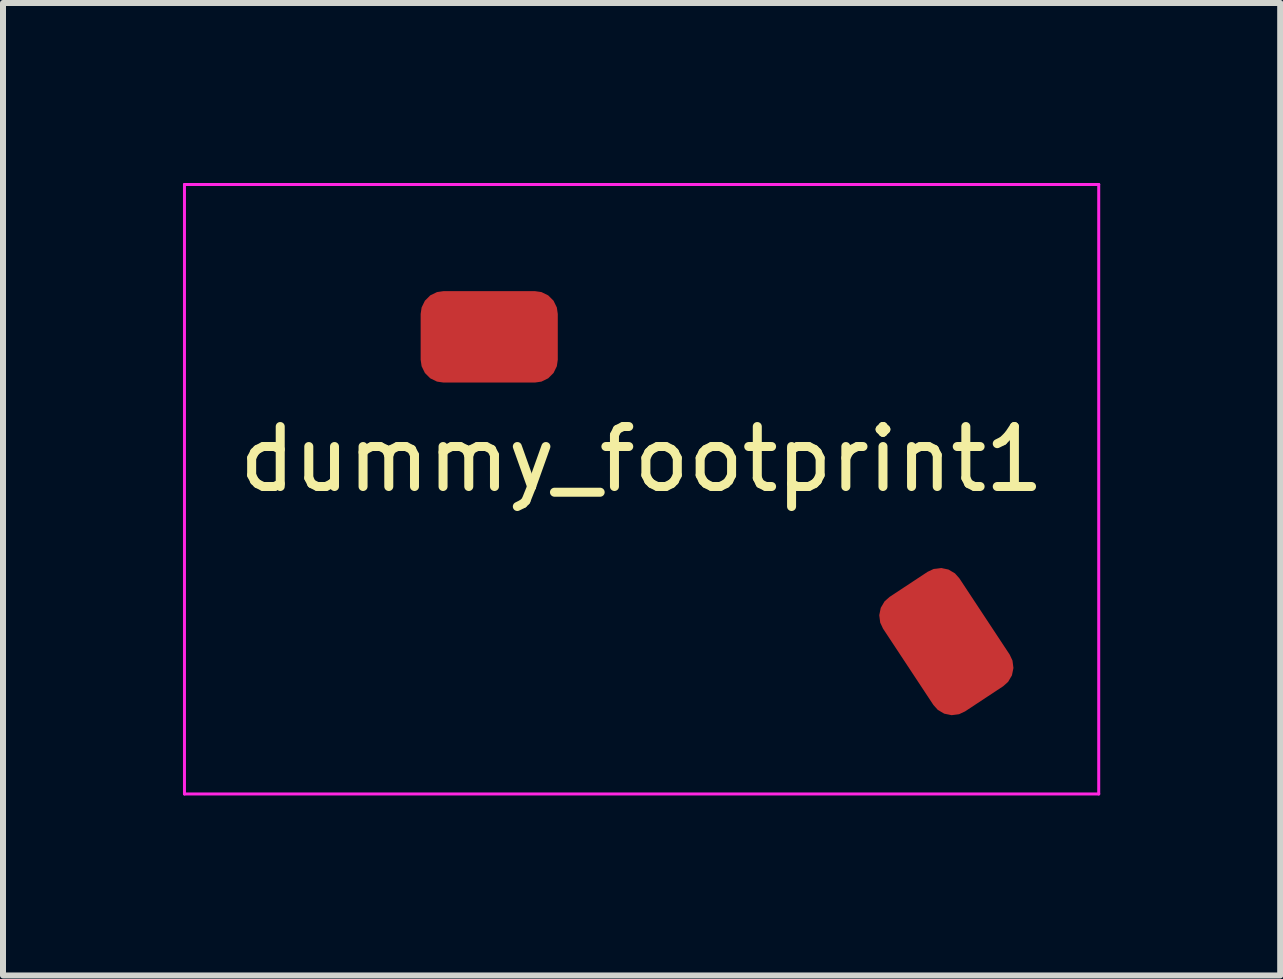
<source format=kicad_pcb>
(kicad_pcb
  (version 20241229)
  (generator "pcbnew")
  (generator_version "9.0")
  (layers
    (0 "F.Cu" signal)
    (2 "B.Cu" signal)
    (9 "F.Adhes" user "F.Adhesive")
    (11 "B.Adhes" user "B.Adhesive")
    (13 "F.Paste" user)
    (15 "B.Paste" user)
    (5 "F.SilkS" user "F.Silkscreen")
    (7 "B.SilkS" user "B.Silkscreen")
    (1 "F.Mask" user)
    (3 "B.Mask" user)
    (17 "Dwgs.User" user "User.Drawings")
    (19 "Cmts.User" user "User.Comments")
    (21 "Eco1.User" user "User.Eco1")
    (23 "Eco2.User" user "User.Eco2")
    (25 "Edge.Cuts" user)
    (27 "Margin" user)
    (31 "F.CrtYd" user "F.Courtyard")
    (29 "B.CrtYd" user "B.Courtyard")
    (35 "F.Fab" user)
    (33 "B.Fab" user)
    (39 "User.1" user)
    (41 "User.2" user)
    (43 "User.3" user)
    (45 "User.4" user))
  (footprint "dummy_footprint1"
    (layer "F.Cu")
    (at 7.645 5.105)
    (property "Reference" "dummy_footprint1" (at 0 -0.5 0) (unlocked yes) (layer "F.SilkS") (effects (font (size 1 1) (thickness 0.15))))
    (attr smd)
    (fp_line (start -7.62 -5.08) (end -7.62 5.08) (stroke (width 0.05) (type default)) (layer "F.CrtYd"))
    (fp_line (start -7.62 -5.08) (end 7.62 -5.08) (stroke (width 0.05) (type default)) (layer "F.CrtYd"))
    (fp_line (start 7.62 5.08) (end -7.62 5.08) (stroke (width 0.05) (type default)) (layer "F.CrtYd"))
    (fp_line (start 7.62 5.08) (end 7.62 -5.08) (stroke (width 0.05) (type default)) (layer "F.CrtYd"))
    (pad "1" smd roundrect (at -2.54 -2.54) (size 2.286 1.524) (layers "F.Cu" "F.Mask" "F.Paste") (roundrect_rratio 0.25))
    (pad "2" smd roundrect (at 5.08 2.54 123.421) (size 2.286 1.524) (layers "F.Cu" "F.Mask" "F.Paste") (roundrect_rratio 0.25)))
  (gr_rect
    (start -3 -3)
    (end 18.29 13.21)
    (stroke (width 0.1) (type default))
    (fill no)
    (layer "Edge.Cuts")))
</source>
